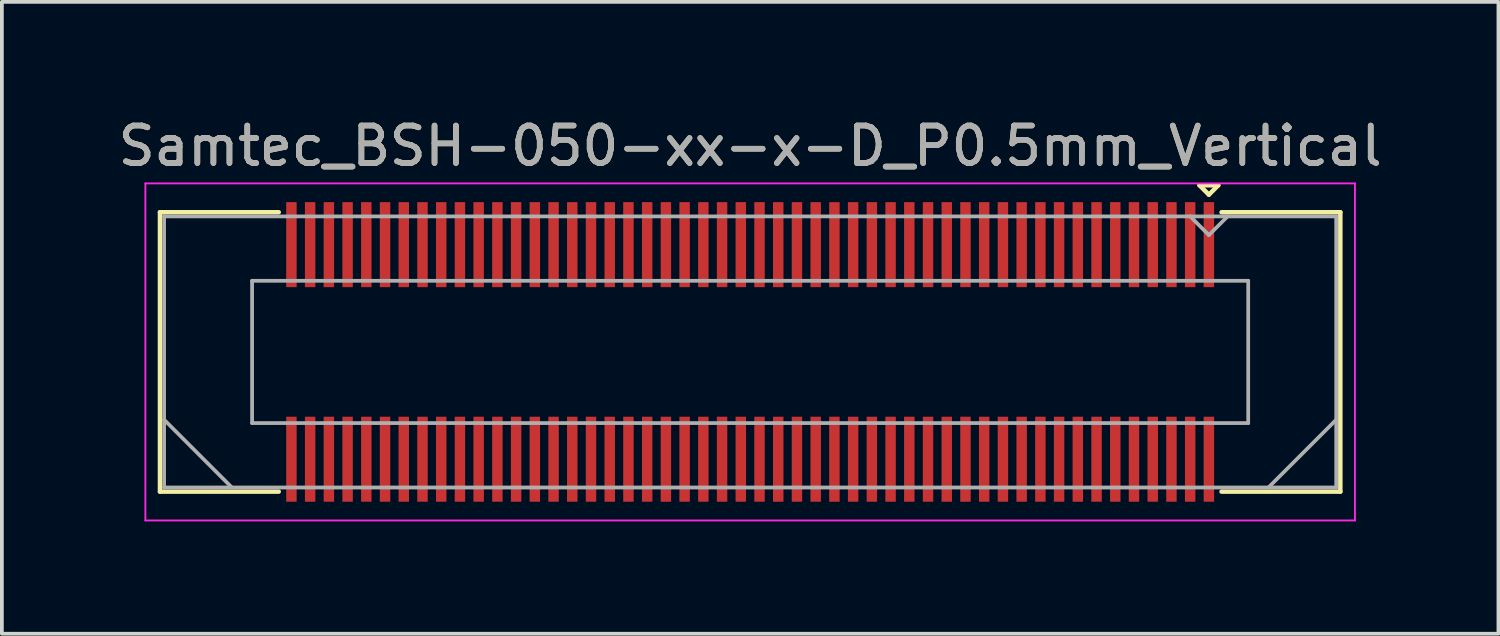
<source format=kicad_pcb>
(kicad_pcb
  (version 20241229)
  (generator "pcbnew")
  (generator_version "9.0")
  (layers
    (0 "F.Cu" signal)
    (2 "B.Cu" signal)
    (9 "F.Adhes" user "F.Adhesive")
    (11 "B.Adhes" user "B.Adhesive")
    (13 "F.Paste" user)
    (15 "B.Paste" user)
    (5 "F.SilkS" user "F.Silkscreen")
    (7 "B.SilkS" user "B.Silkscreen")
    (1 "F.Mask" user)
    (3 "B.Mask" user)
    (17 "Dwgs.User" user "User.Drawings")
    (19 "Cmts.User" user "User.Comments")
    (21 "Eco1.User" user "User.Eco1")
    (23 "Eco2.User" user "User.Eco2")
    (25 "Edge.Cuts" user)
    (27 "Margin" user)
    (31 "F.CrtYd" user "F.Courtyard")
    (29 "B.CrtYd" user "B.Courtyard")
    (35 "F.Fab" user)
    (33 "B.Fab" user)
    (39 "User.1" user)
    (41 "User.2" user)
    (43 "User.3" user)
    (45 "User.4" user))
  (footprint "Samtec_BSH-050-xx-x-D_P0.5mm_Vertical"
    (layer "F.Cu")
    (at 16.982 6.348)
    (property "Reference" "Samtec_BSH-050-xx-x-D_P0.5mm_Vertical" (at 0 -5.5 0) (layer "F.SilkS") (effects (font (size 1 1) (thickness 0.15))))
    (attr smd)
    (fp_line (start -15.76 -3.73) (end -12.589 -3.73) (stroke (width 0.12) (type solid)) (layer "F.SilkS"))
    (fp_line (start -15.76 3.73) (end -15.76 -3.73) (stroke (width 0.12) (type solid)) (layer "F.SilkS"))
    (fp_line (start -12.589 3.73) (end -15.76 3.73) (stroke (width 0.12) (type solid)) (layer "F.SilkS"))
    (fp_line (start 12 -4.45) (end 12.5 -4.45) (stroke (width 0.12) (type solid)) (layer "F.SilkS"))
    (fp_line (start 12.25 -4.2) (end 12 -4.45) (stroke (width 0.12) (type solid)) (layer "F.SilkS"))
    (fp_line (start 12.5 -4.45) (end 12.25 -4.2) (stroke (width 0.12) (type solid)) (layer "F.SilkS"))
    (fp_line (start 12.589 3.73) (end 15.76 3.73) (stroke (width 0.12) (type solid)) (layer "F.SilkS"))
    (fp_line (start 15.76 -3.73) (end 12.589 -3.73) (stroke (width 0.12) (type solid)) (layer "F.SilkS"))
    (fp_line (start 15.76 3.73) (end 15.76 -3.73) (stroke (width 0.12) (type solid)) (layer "F.SilkS"))
    (fp_line (start -16.15 -4.5) (end -16.15 4.5) (stroke (width 0.05) (type solid)) (layer "F.CrtYd"))
    (fp_line (start -16.15 4.5) (end 16.15 4.5) (stroke (width 0.05) (type solid)) (layer "F.CrtYd"))
    (fp_line (start 16.15 -4.5) (end -16.15 -4.5) (stroke (width 0.05) (type solid)) (layer "F.CrtYd"))
    (fp_line (start 16.15 4.5) (end 16.15 -4.5) (stroke (width 0.05) (type solid)) (layer "F.CrtYd"))
    (fp_line (start -15.65 -3.62) (end -15.65 3.62) (stroke (width 0.1) (type solid)) (layer "F.Fab"))
    (fp_line (start -15.65 1.81) (end -13.84 3.62) (stroke (width 0.1) (type solid)) (layer "F.Fab"))
    (fp_line (start -15.65 3.62) (end 15.65 3.62) (stroke (width 0.1) (type solid)) (layer "F.Fab"))
    (fp_line (start -13.3 -1.9) (end -13.3 1.9) (stroke (width 0.1) (type solid)) (layer "F.Fab"))
    (fp_line (start -13.3 1.9) (end 13.3 1.9) (stroke (width 0.1) (type solid)) (layer "F.Fab"))
    (fp_line (start 12.25 -3.12) (end 11.75 -3.62) (stroke (width 0.1) (type solid)) (layer "F.Fab"))
    (fp_line (start 12.75 -3.62) (end 12.25 -3.12) (stroke (width 0.1) (type solid)) (layer "F.Fab"))
    (fp_line (start 13.3 -1.9) (end -13.3 -1.9) (stroke (width 0.1) (type solid)) (layer "F.Fab"))
    (fp_line (start 13.3 1.9) (end 13.3 -1.9) (stroke (width 0.1) (type solid)) (layer "F.Fab"))
    (fp_line (start 15.65 -3.62) (end -15.65 -3.62) (stroke (width 0.1) (type solid)) (layer "F.Fab"))
    (fp_line (start 15.65 1.81) (end 13.84 3.62) (stroke (width 0.1) (type solid)) (layer "F.Fab"))
    (fp_line (start 15.65 3.62) (end 15.65 -3.62) (stroke (width 0.1) (type solid)) (layer "F.Fab"))
    (fp_text user "${REFERENCE}" (at 0 -5.5 0) (layer "F.Fab") (effects (font (size 1 1) (thickness 0.15))))
    (pad "1" smd rect (at 12.25 -2.865) (size 0.279 2.27) (layers "F.Cu" "F.Mask" "F.Paste"))
    (pad "2" smd rect (at 12.25 2.865) (size 0.279 2.27) (layers "F.Cu" "F.Mask" "F.Paste"))
    (pad "3" smd rect (at 11.75 -2.865) (size 0.279 2.27) (layers "F.Cu" "F.Mask" "F.Paste"))
    (pad "4" smd rect (at 11.75 2.865) (size 0.279 2.27) (layers "F.Cu" "F.Mask" "F.Paste"))
    (pad "5" smd rect (at 11.25 -2.865) (size 0.279 2.27) (layers "F.Cu" "F.Mask" "F.Paste"))
    (pad "6" smd rect (at 11.25 2.865) (size 0.279 2.27) (layers "F.Cu" "F.Mask" "F.Paste"))
    (pad "7" smd rect (at 10.75 -2.865) (size 0.279 2.27) (layers "F.Cu" "F.Mask" "F.Paste"))
    (pad "8" smd rect (at 10.75 2.865) (size 0.279 2.27) (layers "F.Cu" "F.Mask" "F.Paste"))
    (pad "9" smd rect (at 10.25 -2.865) (size 0.279 2.27) (layers "F.Cu" "F.Mask" "F.Paste"))
    (pad "10" smd rect (at 10.25 2.865) (size 0.279 2.27) (layers "F.Cu" "F.Mask" "F.Paste"))
    (pad "11" smd rect (at 9.75 -2.865) (size 0.279 2.27) (layers "F.Cu" "F.Mask" "F.Paste"))
    (pad "12" smd rect (at 9.75 2.865) (size 0.279 2.27) (layers "F.Cu" "F.Mask" "F.Paste"))
    (pad "13" smd rect (at 9.25 -2.865) (size 0.279 2.27) (layers "F.Cu" "F.Mask" "F.Paste"))
    (pad "14" smd rect (at 9.25 2.865) (size 0.279 2.27) (layers "F.Cu" "F.Mask" "F.Paste"))
    (pad "15" smd rect (at 8.75 -2.865) (size 0.279 2.27) (layers "F.Cu" "F.Mask" "F.Paste"))
    (pad "16" smd rect (at 8.75 2.865) (size 0.279 2.27) (layers "F.Cu" "F.Mask" "F.Paste"))
    (pad "17" smd rect (at 8.25 -2.865) (size 0.279 2.27) (layers "F.Cu" "F.Mask" "F.Paste"))
    (pad "18" smd rect (at 8.25 2.865) (size 0.279 2.27) (layers "F.Cu" "F.Mask" "F.Paste"))
    (pad "19" smd rect (at 7.75 -2.865) (size 0.279 2.27) (layers "F.Cu" "F.Mask" "F.Paste"))
    (pad "20" smd rect (at 7.75 2.865) (size 0.279 2.27) (layers "F.Cu" "F.Mask" "F.Paste"))
    (pad "21" smd rect (at 7.25 -2.865) (size 0.279 2.27) (layers "F.Cu" "F.Mask" "F.Paste"))
    (pad "22" smd rect (at 7.25 2.865) (size 0.279 2.27) (layers "F.Cu" "F.Mask" "F.Paste"))
    (pad "23" smd rect (at 6.75 -2.865) (size 0.279 2.27) (layers "F.Cu" "F.Mask" "F.Paste"))
    (pad "24" smd rect (at 6.75 2.865) (size 0.279 2.27) (layers "F.Cu" "F.Mask" "F.Paste"))
    (pad "25" smd rect (at 6.25 -2.865) (size 0.279 2.27) (layers "F.Cu" "F.Mask" "F.Paste"))
    (pad "26" smd rect (at 6.25 2.865) (size 0.279 2.27) (layers "F.Cu" "F.Mask" "F.Paste"))
    (pad "27" smd rect (at 5.75 -2.865) (size 0.279 2.27) (layers "F.Cu" "F.Mask" "F.Paste"))
    (pad "28" smd rect (at 5.75 2.865) (size 0.279 2.27) (layers "F.Cu" "F.Mask" "F.Paste"))
    (pad "29" smd rect (at 5.25 -2.865) (size 0.279 2.27) (layers "F.Cu" "F.Mask" "F.Paste"))
    (pad "30" smd rect (at 5.25 2.865) (size 0.279 2.27) (layers "F.Cu" "F.Mask" "F.Paste"))
    (pad "31" smd rect (at 4.75 -2.865) (size 0.279 2.27) (layers "F.Cu" "F.Mask" "F.Paste"))
    (pad "32" smd rect (at 4.75 2.865) (size 0.279 2.27) (layers "F.Cu" "F.Mask" "F.Paste"))
    (pad "33" smd rect (at 4.25 -2.865) (size 0.279 2.27) (layers "F.Cu" "F.Mask" "F.Paste"))
    (pad "34" smd rect (at 4.25 2.865) (size 0.279 2.27) (layers "F.Cu" "F.Mask" "F.Paste"))
    (pad "35" smd rect (at 3.75 -2.865) (size 0.279 2.27) (layers "F.Cu" "F.Mask" "F.Paste"))
    (pad "36" smd rect (at 3.75 2.865) (size 0.279 2.27) (layers "F.Cu" "F.Mask" "F.Paste"))
    (pad "37" smd rect (at 3.25 -2.865) (size 0.279 2.27) (layers "F.Cu" "F.Mask" "F.Paste"))
    (pad "38" smd rect (at 3.25 2.865) (size 0.279 2.27) (layers "F.Cu" "F.Mask" "F.Paste"))
    (pad "39" smd rect (at 2.75 -2.865) (size 0.279 2.27) (layers "F.Cu" "F.Mask" "F.Paste"))
    (pad "40" smd rect (at 2.75 2.865) (size 0.279 2.27) (layers "F.Cu" "F.Mask" "F.Paste"))
    (pad "41" smd rect (at 2.25 -2.865) (size 0.279 2.27) (layers "F.Cu" "F.Mask" "F.Paste"))
    (pad "42" smd rect (at 2.25 2.865) (size 0.279 2.27) (layers "F.Cu" "F.Mask" "F.Paste"))
    (pad "43" smd rect (at 1.75 -2.865) (size 0.279 2.27) (layers "F.Cu" "F.Mask" "F.Paste"))
    (pad "44" smd rect (at 1.75 2.865) (size 0.279 2.27) (layers "F.Cu" "F.Mask" "F.Paste"))
    (pad "45" smd rect (at 1.25 -2.865) (size 0.279 2.27) (layers "F.Cu" "F.Mask" "F.Paste"))
    (pad "46" smd rect (at 1.25 2.865) (size 0.279 2.27) (layers "F.Cu" "F.Mask" "F.Paste"))
    (pad "47" smd rect (at 0.75 -2.865) (size 0.279 2.27) (layers "F.Cu" "F.Mask" "F.Paste"))
    (pad "48" smd rect (at 0.75 2.865) (size 0.279 2.27) (layers "F.Cu" "F.Mask" "F.Paste"))
    (pad "49" smd rect (at 0.25 -2.865) (size 0.279 2.27) (layers "F.Cu" "F.Mask" "F.Paste"))
    (pad "50" smd rect (at 0.25 2.865) (size 0.279 2.27) (layers "F.Cu" "F.Mask" "F.Paste"))
    (pad "51" smd rect (at -0.25 -2.865) (size 0.279 2.27) (layers "F.Cu" "F.Mask" "F.Paste"))
    (pad "52" smd rect (at -0.25 2.865) (size 0.279 2.27) (layers "F.Cu" "F.Mask" "F.Paste"))
    (pad "53" smd rect (at -0.75 -2.865) (size 0.279 2.27) (layers "F.Cu" "F.Mask" "F.Paste"))
    (pad "54" smd rect (at -0.75 2.865) (size 0.279 2.27) (layers "F.Cu" "F.Mask" "F.Paste"))
    (pad "55" smd rect (at -1.25 -2.865) (size 0.279 2.27) (layers "F.Cu" "F.Mask" "F.Paste"))
    (pad "56" smd rect (at -1.25 2.865) (size 0.279 2.27) (layers "F.Cu" "F.Mask" "F.Paste"))
    (pad "57" smd rect (at -1.75 -2.865) (size 0.279 2.27) (layers "F.Cu" "F.Mask" "F.Paste"))
    (pad "58" smd rect (at -1.75 2.865) (size 0.279 2.27) (layers "F.Cu" "F.Mask" "F.Paste"))
    (pad "59" smd rect (at -2.25 -2.865) (size 0.279 2.27) (layers "F.Cu" "F.Mask" "F.Paste"))
    (pad "60" smd rect (at -2.25 2.865) (size 0.279 2.27) (layers "F.Cu" "F.Mask" "F.Paste"))
    (pad "61" smd rect (at -2.75 -2.865) (size 0.279 2.27) (layers "F.Cu" "F.Mask" "F.Paste"))
    (pad "62" smd rect (at -2.75 2.865) (size 0.279 2.27) (layers "F.Cu" "F.Mask" "F.Paste"))
    (pad "63" smd rect (at -3.25 -2.865) (size 0.279 2.27) (layers "F.Cu" "F.Mask" "F.Paste"))
    (pad "64" smd rect (at -3.25 2.865) (size 0.279 2.27) (layers "F.Cu" "F.Mask" "F.Paste"))
    (pad "65" smd rect (at -3.75 -2.865) (size 0.279 2.27) (layers "F.Cu" "F.Mask" "F.Paste"))
    (pad "66" smd rect (at -3.75 2.865) (size 0.279 2.27) (layers "F.Cu" "F.Mask" "F.Paste"))
    (pad "67" smd rect (at -4.25 -2.865) (size 0.279 2.27) (layers "F.Cu" "F.Mask" "F.Paste"))
    (pad "68" smd rect (at -4.25 2.865) (size 0.279 2.27) (layers "F.Cu" "F.Mask" "F.Paste"))
    (pad "69" smd rect (at -4.75 -2.865) (size 0.279 2.27) (layers "F.Cu" "F.Mask" "F.Paste"))
    (pad "70" smd rect (at -4.75 2.865) (size 0.279 2.27) (layers "F.Cu" "F.Mask" "F.Paste"))
    (pad "71" smd rect (at -5.25 -2.865) (size 0.279 2.27) (layers "F.Cu" "F.Mask" "F.Paste"))
    (pad "72" smd rect (at -5.25 2.865) (size 0.279 2.27) (layers "F.Cu" "F.Mask" "F.Paste"))
    (pad "73" smd rect (at -5.75 -2.865) (size 0.279 2.27) (layers "F.Cu" "F.Mask" "F.Paste"))
    (pad "74" smd rect (at -5.75 2.865) (size 0.279 2.27) (layers "F.Cu" "F.Mask" "F.Paste"))
    (pad "75" smd rect (at -6.25 -2.865) (size 0.279 2.27) (layers "F.Cu" "F.Mask" "F.Paste"))
    (pad "76" smd rect (at -6.25 2.865) (size 0.279 2.27) (layers "F.Cu" "F.Mask" "F.Paste"))
    (pad "77" smd rect (at -6.75 -2.865) (size 0.279 2.27) (layers "F.Cu" "F.Mask" "F.Paste"))
    (pad "78" smd rect (at -6.75 2.865) (size 0.279 2.27) (layers "F.Cu" "F.Mask" "F.Paste"))
    (pad "79" smd rect (at -7.25 -2.865) (size 0.279 2.27) (layers "F.Cu" "F.Mask" "F.Paste"))
    (pad "80" smd rect (at -7.25 2.865) (size 0.279 2.27) (layers "F.Cu" "F.Mask" "F.Paste"))
    (pad "81" smd rect (at -7.75 -2.865) (size 0.279 2.27) (layers "F.Cu" "F.Mask" "F.Paste"))
    (pad "82" smd rect (at -7.75 2.865) (size 0.279 2.27) (layers "F.Cu" "F.Mask" "F.Paste"))
    (pad "83" smd rect (at -8.25 -2.865) (size 0.279 2.27) (layers "F.Cu" "F.Mask" "F.Paste"))
    (pad "84" smd rect (at -8.25 2.865) (size 0.279 2.27) (layers "F.Cu" "F.Mask" "F.Paste"))
    (pad "85" smd rect (at -8.75 -2.865) (size 0.279 2.27) (layers "F.Cu" "F.Mask" "F.Paste"))
    (pad "86" smd rect (at -8.75 2.865) (size 0.279 2.27) (layers "F.Cu" "F.Mask" "F.Paste"))
    (pad "87" smd rect (at -9.25 -2.865) (size 0.279 2.27) (layers "F.Cu" "F.Mask" "F.Paste"))
    (pad "88" smd rect (at -9.25 2.865) (size 0.279 2.27) (layers "F.Cu" "F.Mask" "F.Paste"))
    (pad "89" smd rect (at -9.75 -2.865) (size 0.279 2.27) (layers "F.Cu" "F.Mask" "F.Paste"))
    (pad "90" smd rect (at -9.75 2.865) (size 0.279 2.27) (layers "F.Cu" "F.Mask" "F.Paste"))
    (pad "91" smd rect (at -10.25 -2.865) (size 0.279 2.27) (layers "F.Cu" "F.Mask" "F.Paste"))
    (pad "92" smd rect (at -10.25 2.865) (size 0.279 2.27) (layers "F.Cu" "F.Mask" "F.Paste"))
    (pad "93" smd rect (at -10.75 -2.865) (size 0.279 2.27) (layers "F.Cu" "F.Mask" "F.Paste"))
    (pad "94" smd rect (at -10.75 2.865) (size 0.279 2.27) (layers "F.Cu" "F.Mask" "F.Paste"))
    (pad "95" smd rect (at -11.25 -2.865) (size 0.279 2.27) (layers "F.Cu" "F.Mask" "F.Paste"))
    (pad "96" smd rect (at -11.25 2.865) (size 0.279 2.27) (layers "F.Cu" "F.Mask" "F.Paste"))
    (pad "97" smd rect (at -11.75 -2.865) (size 0.279 2.27) (layers "F.Cu" "F.Mask" "F.Paste"))
    (pad "98" smd rect (at -11.75 2.865) (size 0.279 2.27) (layers "F.Cu" "F.Mask" "F.Paste"))
    (pad "99" smd rect (at -12.25 -2.865) (size 0.279 2.27) (layers "F.Cu" "F.Mask" "F.Paste"))
    (pad "100" smd rect (at -12.25 2.865) (size 0.279 2.27) (layers "F.Cu" "F.Mask" "F.Paste")))
  (gr_rect
    (start -3 -3)
    (end 36.964 13.873)
    (stroke (width 0.1) (type default))
    (fill no)
    (layer "Edge.Cuts")))
</source>
